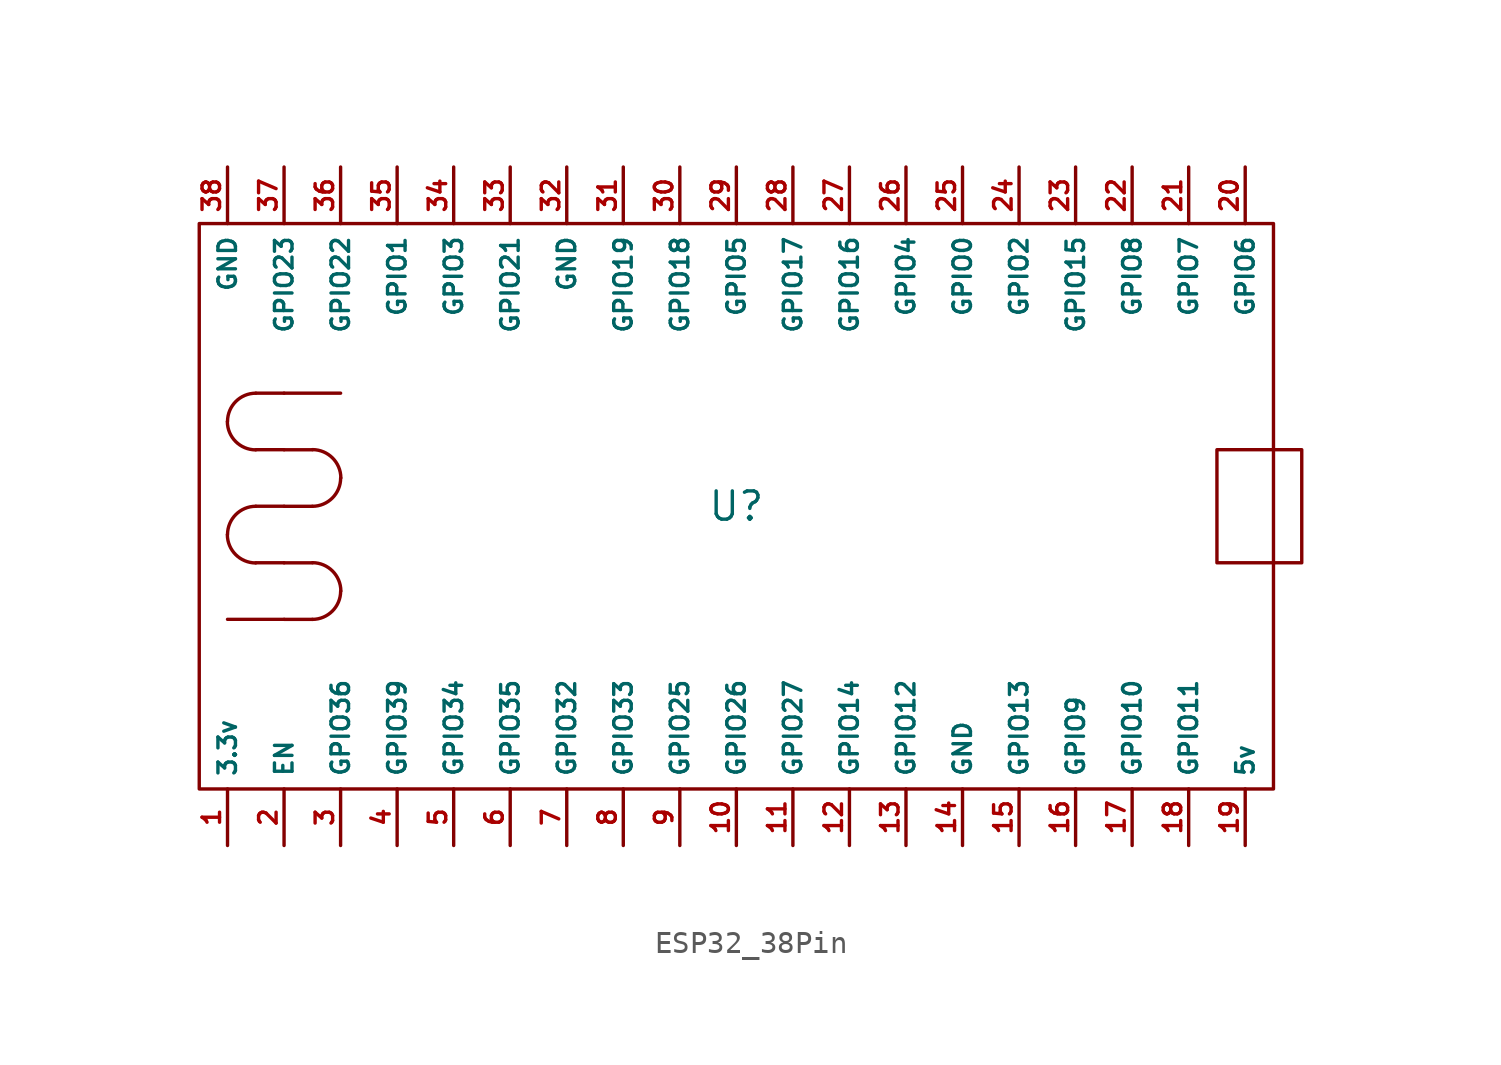
<source format=kicad_sym>
(kicad_symbol_lib
  (version 20241209)
  (generator "kicad_symbol_editor")
  (generator_version "9.0")
  (symbol "ESP32_38Pin"
    (property "Reference" "U"
      (at 0 0 0)
      (effects (font (size 1.27 1.27))))
    (property "Value" ""
      (at 0 0 0)
      (effects (font (size 1.27 1.27))))
    (symbol "ESP32_38Pin_0_1"
      (rectangle (start -24.13 12.7) (end 24.13 -12.7) (stroke (width 0) (type default)) (fill (type none)))
      (polyline (pts (xy -21.59 5.08) (xy -20.32 5.08)) (stroke (width 0) (type default)) (fill (type none)))
      (polyline (pts (xy -21.59 2.54) (xy -20.32 2.54)) (stroke (width 0) (type default)) (fill (type none)))
      (polyline (pts (xy -21.59 0) (xy -20.32 0)) (stroke (width 0) (type default)) (fill (type none)))
      (polyline (pts (xy -21.59 -2.54) (xy -20.32 -2.54)) (stroke (width 0) (type default)) (fill (type none)))
      (arc (start -21.5975 2.5325) (mid -22.4933 2.9067) (end -22.8675 3.8025) (stroke (width 0) (type default)) (fill (type none)))
      (arc (start -21.5975 -2.5475) (mid -22.4933 -2.1733) (end -22.8675 -1.2775) (stroke (width 0) (type default)) (fill (type none)))
      (arc (start -22.86 3.81) (mid -22.4873 4.7073) (end -21.59 5.08) (stroke (width 0) (type default)) (fill (type none)))
      (arc (start -22.86 -1.27) (mid -22.4873 -0.3727) (end -21.59 0) (stroke (width 0) (type default)) (fill (type none)))
      (polyline (pts (xy -20.32 5.08) (xy -17.78 5.08)) (stroke (width 0) (type default)) (fill (type none)))
      (polyline (pts (xy -20.32 -5.08) (xy -22.86 -5.08)) (stroke (width 0) (type default)) (fill (type none)))
      (arc (start -17.7775 1.2675) (mid -18.1502 0.3702) (end -19.0475 -0.0025) (stroke (width 0) (type default)) (fill (type none)))
      (arc (start -17.7775 -3.8125) (mid -18.1502 -4.7098) (end -19.0475 -5.0825) (stroke (width 0) (type default)) (fill (type none)))
      (arc (start -19.04 2.545) (mid -18.1442 2.1708) (end -17.77 1.275) (stroke (width 0) (type default)) (fill (type none)))
      (arc (start -19.04 -2.535) (mid -18.1442 -2.9092) (end -17.77 -3.805) (stroke (width 0) (type default)) (fill (type none)))
      (polyline (pts (xy -19.047 2.538) (xy -20.317 2.538)) (stroke (width 0) (type default)) (fill (type none)))
      (polyline (pts (xy -19.047 -0.003) (xy -20.317 -0.003)) (stroke (width 0) (type default)) (fill (type none)))
      (polyline (pts (xy -19.047 -2.542) (xy -20.317 -2.542)) (stroke (width 0) (type default)) (fill (type none)))
      (polyline (pts (xy -19.047 -5.082) (xy -20.317 -5.082)) (stroke (width 0) (type default)) (fill (type none)))
      (rectangle (start 21.59 2.54) (end 25.4 -2.54) (stroke (width 0) (type default)) (fill (type none))))
    (symbol "ESP32_38Pin_1_1"
      (pin power_in line (at -22.86 15.24 270) (length 2.54) (name "GND" (effects (font (size 0.787 0.787)))) (number "38" (effects (font (size 0.787 0.787)))))
      (pin power_out line (at -22.86 -15.24 90) (length 2.54) (name "3.3v" (effects (font (size 0.787 0.787)))) (number "1" (effects (font (size 0.787 0.787)))))
      (pin bidirectional line (at -20.32 15.24 270) (length 2.54) (name "GPIO23" (effects (font (size 0.787 0.787)))) (number "37" (effects (font (size 0.787 0.787)))))
      (pin bidirectional line (at -20.32 -15.24 90) (length 2.54) (name "EN" (effects (font (size 0.787 0.787)))) (number "2" (effects (font (size 0.787 0.787)))))
      (pin bidirectional line (at -17.78 15.24 270) (length 2.54) (name "GPIO22" (effects (font (size 0.787 0.787)))) (number "36" (effects (font (size 0.787 0.787)))))
      (pin bidirectional line (at -17.78 -15.24 90) (length 2.54) (name "GPIO36" (effects (font (size 0.787 0.787)))) (number "3" (effects (font (size 0.787 0.787)))))
      (pin bidirectional line (at -15.24 15.24 270) (length 2.54) (name "GPIO1" (effects (font (size 0.787 0.787)))) (number "35" (effects (font (size 0.787 0.787)))))
      (pin bidirectional line (at -15.24 -15.24 90) (length 2.54) (name "GPIO39" (effects (font (size 0.787 0.787)))) (number "4" (effects (font (size 0.787 0.787)))))
      (pin bidirectional line (at -12.7 15.24 270) (length 2.54) (name "GPIO3" (effects (font (size 0.787 0.787)))) (number "34" (effects (font (size 0.787 0.787)))))
      (pin bidirectional line (at -12.7 -15.24 90) (length 2.54) (name "GPIO34" (effects (font (size 0.787 0.787)))) (number "5" (effects (font (size 0.787 0.787)))))
      (pin bidirectional line (at -10.16 15.24 270) (length 2.54) (name "GPIO21" (effects (font (size 0.787 0.787)))) (number "33" (effects (font (size 0.787 0.787)))))
      (pin bidirectional line (at -10.16 -15.24 90) (length 2.54) (name "GPIO35" (effects (font (size 0.787 0.787)))) (number "6" (effects (font (size 0.787 0.787)))))
      (pin power_in line (at -7.62 15.24 270) (length 2.54) (name "GND" (effects (font (size 0.787 0.787)))) (number "32" (effects (font (size 0.787 0.787)))))
      (pin bidirectional line (at -7.62 -15.24 90) (length 2.54) (name "GPIO32" (effects (font (size 0.787 0.787)))) (number "7" (effects (font (size 0.787 0.787)))))
      (pin bidirectional line (at -5.08 15.24 270) (length 2.54) (name "GPIO19" (effects (font (size 0.787 0.787)))) (number "31" (effects (font (size 0.787 0.787)))))
      (pin bidirectional line (at -5.08 -15.24 90) (length 2.54) (name "GPIO33" (effects (font (size 0.787 0.787)))) (number "8" (effects (font (size 0.787 0.787)))))
      (pin bidirectional line (at -2.54 15.24 270) (length 2.54) (name "GPIO18" (effects (font (size 0.787 0.787)))) (number "30" (effects (font (size 0.787 0.787)))))
      (pin bidirectional line (at -2.54 -15.24 90) (length 2.54) (name "GPIO25" (effects (font (size 0.787 0.787)))) (number "9" (effects (font (size 0.787 0.787)))))
      (pin bidirectional line (at 0 15.24 270) (length 2.54) (name "GPIO5" (effects (font (size 0.787 0.787)))) (number "29" (effects (font (size 0.787 0.787)))))
      (pin bidirectional line (at 0 -15.24 90) (length 2.54) (name "GPIO26" (effects (font (size 0.787 0.787)))) (number "10" (effects (font (size 0.787 0.787)))))
      (pin bidirectional line (at 2.54 15.24 270) (length 2.54) (name "GPIO17" (effects (font (size 0.787 0.787)))) (number "28" (effects (font (size 0.787 0.787)))))
      (pin bidirectional line (at 2.54 -15.24 90) (length 2.54) (name "GPIO27" (effects (font (size 0.787 0.787)))) (number "11" (effects (font (size 0.787 0.787)))))
      (pin bidirectional line (at 5.08 15.24 270) (length 2.54) (name "GPIO16" (effects (font (size 0.787 0.787)))) (number "27" (effects (font (size 0.787 0.787)))))
      (pin bidirectional line (at 5.08 -15.24 90) (length 2.54) (name "GPIO14" (effects (font (size 0.787 0.787)))) (number "12" (effects (font (size 0.787 0.787)))))
      (pin bidirectional line (at 7.62 15.24 270) (length 2.54) (name "GPIO4" (effects (font (size 0.787 0.787)))) (number "26" (effects (font (size 0.787 0.787)))))
      (pin bidirectional line (at 7.62 -15.24 90) (length 2.54) (name "GPIO12" (effects (font (size 0.787 0.787)))) (number "13" (effects (font (size 0.787 0.787)))))
      (pin bidirectional line (at 10.16 15.24 270) (length 2.54) (name "GPIO0" (effects (font (size 0.787 0.787)))) (number "25" (effects (font (size 0.787 0.787)))))
      (pin power_in line (at 10.16 -15.24 90) (length 2.54) (name "GND" (effects (font (size 0.787 0.787)))) (number "14" (effects (font (size 0.787 0.787)))))
      (pin bidirectional line (at 12.7 15.24 270) (length 2.54) (name "GPIO2" (effects (font (size 0.787 0.787)))) (number "24" (effects (font (size 0.787 0.787)))))
      (pin bidirectional line (at 12.7 -15.24 90) (length 2.54) (name "GPIO13" (effects (font (size 0.787 0.787)))) (number "15" (effects (font (size 0.787 0.787)))))
      (pin bidirectional line (at 15.24 15.24 270) (length 2.54) (name "GPIO15" (effects (font (size 0.787 0.787)))) (number "23" (effects (font (size 0.787 0.787)))))
      (pin bidirectional line (at 15.24 -15.24 90) (length 2.54) (name "GPIO9" (effects (font (size 0.787 0.787)))) (number "16" (effects (font (size 0.787 0.787)))))
      (pin bidirectional line (at 17.78 15.24 270) (length 2.54) (name "GPIO8" (effects (font (size 0.787 0.787)))) (number "22" (effects (font (size 0.787 0.787)))))
      (pin bidirectional line (at 17.78 -15.24 90) (length 2.54) (name "GPIO10" (effects (font (size 0.787 0.787)))) (number "17" (effects (font (size 0.787 0.787)))))
      (pin bidirectional line (at 20.32 15.24 270) (length 2.54) (name "GPIO7" (effects (font (size 0.787 0.787)))) (number "21" (effects (font (size 0.787 0.787)))))
      (pin bidirectional line (at 20.32 -15.24 90) (length 2.54) (name "GPIO11" (effects (font (size 0.787 0.787)))) (number "18" (effects (font (size 0.787 0.787)))))
      (pin bidirectional line (at 22.86 15.24 270) (length 2.54) (name "GPIO6" (effects (font (size 0.787 0.787)))) (number "20" (effects (font (size 0.787 0.787)))))
      (pin power_in line (at 22.86 -15.24 90) (length 2.54) (name "5v" (effects (font (size 0.787 0.787)))) (number "19" (effects (font (size 0.787 0.787))))))))
</source>
